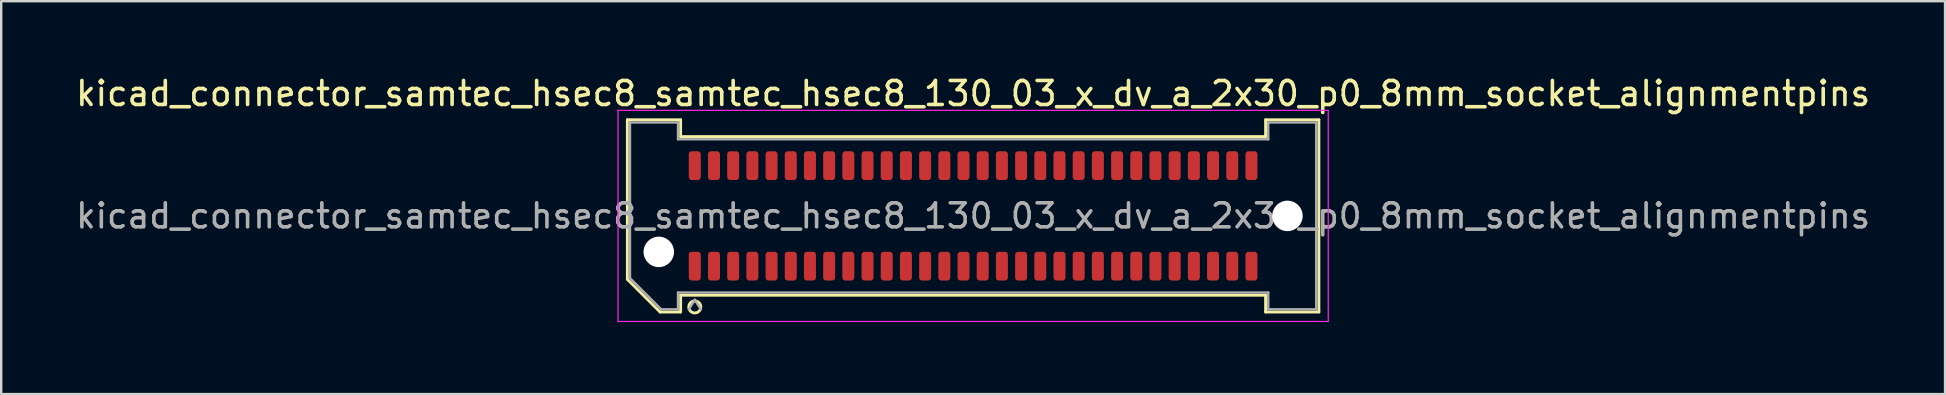
<source format=kicad_pcb>
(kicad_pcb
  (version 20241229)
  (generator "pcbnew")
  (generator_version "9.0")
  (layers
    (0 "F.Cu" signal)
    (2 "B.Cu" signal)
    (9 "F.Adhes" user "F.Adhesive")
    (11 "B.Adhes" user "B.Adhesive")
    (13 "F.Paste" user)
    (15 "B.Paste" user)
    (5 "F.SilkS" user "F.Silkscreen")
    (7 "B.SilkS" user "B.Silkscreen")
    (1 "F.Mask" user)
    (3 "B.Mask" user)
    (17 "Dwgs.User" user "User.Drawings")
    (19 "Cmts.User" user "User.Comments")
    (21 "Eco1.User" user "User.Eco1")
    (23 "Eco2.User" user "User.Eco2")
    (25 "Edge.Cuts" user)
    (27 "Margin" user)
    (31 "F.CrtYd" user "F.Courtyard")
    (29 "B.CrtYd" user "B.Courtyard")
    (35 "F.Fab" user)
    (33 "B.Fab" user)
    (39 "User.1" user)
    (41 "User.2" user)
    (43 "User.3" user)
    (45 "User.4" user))
  (footprint "kicad_connector_samtec_hsec8_samtec_hsec8_130_03_x_dv_a_2x30_p0_8mm_socket_alignmentpins"
    (layer "F.Cu")
    (at 37.506 5.948)
    (property "Reference" "kicad_connector_samtec_hsec8_samtec_hsec8_130_03_x_dv_a_2x30_p0_8mm_socket_alignmentpins" (at 0 -5.1 0) (layer "F.SilkS") (effects (font (size 1 1) (thickness 0.15))))
    (attr smd)
    (fp_line (start -14.41 -4.005) (end -12.19 -4.005) (stroke (width 0.12) (type solid)) (layer "F.SilkS"))
    (fp_line (start -14.41 2.641) (end -14.41 -4.005) (stroke (width 0.12) (type solid)) (layer "F.SilkS"))
    (fp_line (start -13.046 4.005) (end -14.41 2.641) (stroke (width 0.12) (type solid)) (layer "F.SilkS"))
    (fp_line (start -12.19 -4.005) (end -12.19 -3.305) (stroke (width 0.12) (type solid)) (layer "F.SilkS"))
    (fp_line (start -12.19 -3.305) (end 12.19 -3.305) (stroke (width 0.12) (type solid)) (layer "F.SilkS"))
    (fp_line (start -12.19 3.305) (end -12.19 4.005) (stroke (width 0.12) (type solid)) (layer "F.SilkS"))
    (fp_line (start -12.19 4.005) (end -13.046 4.005) (stroke (width 0.12) (type solid)) (layer "F.SilkS"))
    (fp_line (start 12.19 -4.005) (end 14.41 -4.005) (stroke (width 0.12) (type solid)) (layer "F.SilkS"))
    (fp_line (start 12.19 -3.305) (end 12.19 -4.005) (stroke (width 0.12) (type solid)) (layer "F.SilkS"))
    (fp_line (start 12.19 3.305) (end -12.19 3.305) (stroke (width 0.12) (type solid)) (layer "F.SilkS"))
    (fp_line (start 12.19 4.005) (end 12.19 3.305) (stroke (width 0.12) (type solid)) (layer "F.SilkS"))
    (fp_line (start 14.41 -4.005) (end 14.41 4.005) (stroke (width 0.12) (type solid)) (layer "F.SilkS"))
    (fp_line (start 14.41 4.005) (end 12.19 4.005) (stroke (width 0.12) (type solid)) (layer "F.SilkS"))
    (fp_arc (start -11.35 3.795) (mid -11.85 3.795) (end -11.35 3.795) (stroke (width 0.12) (type solid)) (layer "F.SilkS"))
    (fp_line (start -14.8 -4.4) (end -14.8 4.4) (stroke (width 0.05) (type solid)) (layer "F.CrtYd"))
    (fp_line (start -14.8 4.4) (end 14.8 4.4) (stroke (width 0.05) (type solid)) (layer "F.CrtYd"))
    (fp_line (start 14.8 -4.4) (end -14.8 -4.4) (stroke (width 0.05) (type solid)) (layer "F.CrtYd"))
    (fp_line (start 14.8 4.4) (end 14.8 -4.4) (stroke (width 0.05) (type solid)) (layer "F.CrtYd"))
    (fp_line (start -14.3 -3.895) (end -12.3 -3.895) (stroke (width 0.1) (type solid)) (layer "F.Fab"))
    (fp_line (start -14.3 2.595) (end -14.3 -3.895) (stroke (width 0.1) (type solid)) (layer "F.Fab"))
    (fp_line (start -13 3.895) (end -14.3 2.595) (stroke (width 0.1) (type solid)) (layer "F.Fab"))
    (fp_line (start -12.3 -3.895) (end -12.3 -3.195) (stroke (width 0.1) (type solid)) (layer "F.Fab"))
    (fp_line (start -12.3 -3.195) (end 12.3 -3.195) (stroke (width 0.1) (type solid)) (layer "F.Fab"))
    (fp_line (start -12.3 3.195) (end -12.3 3.895) (stroke (width 0.1) (type solid)) (layer "F.Fab"))
    (fp_line (start -12.3 3.895) (end -13 3.895) (stroke (width 0.1) (type solid)) (layer "F.Fab"))
    (fp_line (start -11.6 3.495) (end -11.85 3.895) (stroke (width 0.1) (type solid)) (layer "F.Fab"))
    (fp_line (start -11.6 3.495) (end -11.35 3.895) (stroke (width 0.1) (type solid)) (layer "F.Fab"))
    (fp_line (start 12.3 -3.895) (end 14.3 -3.895) (stroke (width 0.1) (type solid)) (layer "F.Fab"))
    (fp_line (start 12.3 -3.195) (end 12.3 -3.895) (stroke (width 0.1) (type solid)) (layer "F.Fab"))
    (fp_line (start 12.3 3.195) (end -12.3 3.195) (stroke (width 0.1) (type solid)) (layer "F.Fab"))
    (fp_line (start 12.3 3.895) (end 12.3 3.195) (stroke (width 0.1) (type solid)) (layer "F.Fab"))
    (fp_line (start 14.3 -3.895) (end 14.3 3.895) (stroke (width 0.1) (type solid)) (layer "F.Fab"))
    (fp_line (start 14.3 3.895) (end 12.3 3.895) (stroke (width 0.1) (type solid)) (layer "F.Fab"))
    (fp_text user "${REFERENCE}" (at 0 0 0) (layer "F.Fab") (effects (font (size 1 1) (thickness 0.15))))
    (pad "" np_thru_hole circle (at -13.1 1.5) (size 1.27 1.27) (drill 1.27) (layers "*.Cu" "*.Mask"))
    (pad "" np_thru_hole circle (at 13.1 0) (size 1.27 1.27) (drill 1.27) (layers "*.Cu" "*.Mask"))
    (pad "1" smd roundrect (at -11.6 2.095) (size 0.5 1.2) (layers "F.Cu" "F.Mask" "F.Paste") (roundrect_rratio 0.25))
    (pad "2" smd roundrect (at -11.6 -2.095) (size 0.5 1.2) (layers "F.Cu" "F.Mask" "F.Paste") (roundrect_rratio 0.25))
    (pad "3" smd roundrect (at -10.8 2.095) (size 0.5 1.2) (layers "F.Cu" "F.Mask" "F.Paste") (roundrect_rratio 0.25))
    (pad "4" smd roundrect (at -10.8 -2.095) (size 0.5 1.2) (layers "F.Cu" "F.Mask" "F.Paste") (roundrect_rratio 0.25))
    (pad "5" smd roundrect (at -10 2.095) (size 0.5 1.2) (layers "F.Cu" "F.Mask" "F.Paste") (roundrect_rratio 0.25))
    (pad "6" smd roundrect (at -10 -2.095) (size 0.5 1.2) (layers "F.Cu" "F.Mask" "F.Paste") (roundrect_rratio 0.25))
    (pad "7" smd roundrect (at -9.2 2.095) (size 0.5 1.2) (layers "F.Cu" "F.Mask" "F.Paste") (roundrect_rratio 0.25))
    (pad "8" smd roundrect (at -9.2 -2.095) (size 0.5 1.2) (layers "F.Cu" "F.Mask" "F.Paste") (roundrect_rratio 0.25))
    (pad "9" smd roundrect (at -8.4 2.095) (size 0.5 1.2) (layers "F.Cu" "F.Mask" "F.Paste") (roundrect_rratio 0.25))
    (pad "10" smd roundrect (at -8.4 -2.095) (size 0.5 1.2) (layers "F.Cu" "F.Mask" "F.Paste") (roundrect_rratio 0.25))
    (pad "11" smd roundrect (at -7.6 2.095) (size 0.5 1.2) (layers "F.Cu" "F.Mask" "F.Paste") (roundrect_rratio 0.25))
    (pad "12" smd roundrect (at -7.6 -2.095) (size 0.5 1.2) (layers "F.Cu" "F.Mask" "F.Paste") (roundrect_rratio 0.25))
    (pad "13" smd roundrect (at -6.8 2.095) (size 0.5 1.2) (layers "F.Cu" "F.Mask" "F.Paste") (roundrect_rratio 0.25))
    (pad "14" smd roundrect (at -6.8 -2.095) (size 0.5 1.2) (layers "F.Cu" "F.Mask" "F.Paste") (roundrect_rratio 0.25))
    (pad "15" smd roundrect (at -6 2.095) (size 0.5 1.2) (layers "F.Cu" "F.Mask" "F.Paste") (roundrect_rratio 0.25))
    (pad "16" smd roundrect (at -6 -2.095) (size 0.5 1.2) (layers "F.Cu" "F.Mask" "F.Paste") (roundrect_rratio 0.25))
    (pad "17" smd roundrect (at -5.2 2.095) (size 0.5 1.2) (layers "F.Cu" "F.Mask" "F.Paste") (roundrect_rratio 0.25))
    (pad "18" smd roundrect (at -5.2 -2.095) (size 0.5 1.2) (layers "F.Cu" "F.Mask" "F.Paste") (roundrect_rratio 0.25))
    (pad "19" smd roundrect (at -4.4 2.095) (size 0.5 1.2) (layers "F.Cu" "F.Mask" "F.Paste") (roundrect_rratio 0.25))
    (pad "20" smd roundrect (at -4.4 -2.095) (size 0.5 1.2) (layers "F.Cu" "F.Mask" "F.Paste") (roundrect_rratio 0.25))
    (pad "21" smd roundrect (at -3.6 2.095) (size 0.5 1.2) (layers "F.Cu" "F.Mask" "F.Paste") (roundrect_rratio 0.25))
    (pad "22" smd roundrect (at -3.6 -2.095) (size 0.5 1.2) (layers "F.Cu" "F.Mask" "F.Paste") (roundrect_rratio 0.25))
    (pad "23" smd roundrect (at -2.8 2.095) (size 0.5 1.2) (layers "F.Cu" "F.Mask" "F.Paste") (roundrect_rratio 0.25))
    (pad "24" smd roundrect (at -2.8 -2.095) (size 0.5 1.2) (layers "F.Cu" "F.Mask" "F.Paste") (roundrect_rratio 0.25))
    (pad "25" smd roundrect (at -2 2.095) (size 0.5 1.2) (layers "F.Cu" "F.Mask" "F.Paste") (roundrect_rratio 0.25))
    (pad "26" smd roundrect (at -2 -2.095) (size 0.5 1.2) (layers "F.Cu" "F.Mask" "F.Paste") (roundrect_rratio 0.25))
    (pad "27" smd roundrect (at -1.2 2.095) (size 0.5 1.2) (layers "F.Cu" "F.Mask" "F.Paste") (roundrect_rratio 0.25))
    (pad "28" smd roundrect (at -1.2 -2.095) (size 0.5 1.2) (layers "F.Cu" "F.Mask" "F.Paste") (roundrect_rratio 0.25))
    (pad "29" smd roundrect (at -0.4 2.095) (size 0.5 1.2) (layers "F.Cu" "F.Mask" "F.Paste") (roundrect_rratio 0.25))
    (pad "30" smd roundrect (at -0.4 -2.095) (size 0.5 1.2) (layers "F.Cu" "F.Mask" "F.Paste") (roundrect_rratio 0.25))
    (pad "31" smd roundrect (at 0.4 2.095) (size 0.5 1.2) (layers "F.Cu" "F.Mask" "F.Paste") (roundrect_rratio 0.25))
    (pad "32" smd roundrect (at 0.4 -2.095) (size 0.5 1.2) (layers "F.Cu" "F.Mask" "F.Paste") (roundrect_rratio 0.25))
    (pad "33" smd roundrect (at 1.2 2.095) (size 0.5 1.2) (layers "F.Cu" "F.Mask" "F.Paste") (roundrect_rratio 0.25))
    (pad "34" smd roundrect (at 1.2 -2.095) (size 0.5 1.2) (layers "F.Cu" "F.Mask" "F.Paste") (roundrect_rratio 0.25))
    (pad "35" smd roundrect (at 2 2.095) (size 0.5 1.2) (layers "F.Cu" "F.Mask" "F.Paste") (roundrect_rratio 0.25))
    (pad "36" smd roundrect (at 2 -2.095) (size 0.5 1.2) (layers "F.Cu" "F.Mask" "F.Paste") (roundrect_rratio 0.25))
    (pad "37" smd roundrect (at 2.8 2.095) (size 0.5 1.2) (layers "F.Cu" "F.Mask" "F.Paste") (roundrect_rratio 0.25))
    (pad "38" smd roundrect (at 2.8 -2.095) (size 0.5 1.2) (layers "F.Cu" "F.Mask" "F.Paste") (roundrect_rratio 0.25))
    (pad "39" smd roundrect (at 3.6 2.095) (size 0.5 1.2) (layers "F.Cu" "F.Mask" "F.Paste") (roundrect_rratio 0.25))
    (pad "40" smd roundrect (at 3.6 -2.095) (size 0.5 1.2) (layers "F.Cu" "F.Mask" "F.Paste") (roundrect_rratio 0.25))
    (pad "41" smd roundrect (at 4.4 2.095) (size 0.5 1.2) (layers "F.Cu" "F.Mask" "F.Paste") (roundrect_rratio 0.25))
    (pad "42" smd roundrect (at 4.4 -2.095) (size 0.5 1.2) (layers "F.Cu" "F.Mask" "F.Paste") (roundrect_rratio 0.25))
    (pad "43" smd roundrect (at 5.2 2.095) (size 0.5 1.2) (layers "F.Cu" "F.Mask" "F.Paste") (roundrect_rratio 0.25))
    (pad "44" smd roundrect (at 5.2 -2.095) (size 0.5 1.2) (layers "F.Cu" "F.Mask" "F.Paste") (roundrect_rratio 0.25))
    (pad "45" smd roundrect (at 6 2.095) (size 0.5 1.2) (layers "F.Cu" "F.Mask" "F.Paste") (roundrect_rratio 0.25))
    (pad "46" smd roundrect (at 6 -2.095) (size 0.5 1.2) (layers "F.Cu" "F.Mask" "F.Paste") (roundrect_rratio 0.25))
    (pad "47" smd roundrect (at 6.8 2.095) (size 0.5 1.2) (layers "F.Cu" "F.Mask" "F.Paste") (roundrect_rratio 0.25))
    (pad "48" smd roundrect (at 6.8 -2.095) (size 0.5 1.2) (layers "F.Cu" "F.Mask" "F.Paste") (roundrect_rratio 0.25))
    (pad "49" smd roundrect (at 7.6 2.095) (size 0.5 1.2) (layers "F.Cu" "F.Mask" "F.Paste") (roundrect_rratio 0.25))
    (pad "50" smd roundrect (at 7.6 -2.095) (size 0.5 1.2) (layers "F.Cu" "F.Mask" "F.Paste") (roundrect_rratio 0.25))
    (pad "51" smd roundrect (at 8.4 2.095) (size 0.5 1.2) (layers "F.Cu" "F.Mask" "F.Paste") (roundrect_rratio 0.25))
    (pad "52" smd roundrect (at 8.4 -2.095) (size 0.5 1.2) (layers "F.Cu" "F.Mask" "F.Paste") (roundrect_rratio 0.25))
    (pad "53" smd roundrect (at 9.2 2.095) (size 0.5 1.2) (layers "F.Cu" "F.Mask" "F.Paste") (roundrect_rratio 0.25))
    (pad "54" smd roundrect (at 9.2 -2.095) (size 0.5 1.2) (layers "F.Cu" "F.Mask" "F.Paste") (roundrect_rratio 0.25))
    (pad "55" smd roundrect (at 10 2.095) (size 0.5 1.2) (layers "F.Cu" "F.Mask" "F.Paste") (roundrect_rratio 0.25))
    (pad "56" smd roundrect (at 10 -2.095) (size 0.5 1.2) (layers "F.Cu" "F.Mask" "F.Paste") (roundrect_rratio 0.25))
    (pad "57" smd roundrect (at 10.8 2.095) (size 0.5 1.2) (layers "F.Cu" "F.Mask" "F.Paste") (roundrect_rratio 0.25))
    (pad "58" smd roundrect (at 10.8 -2.095) (size 0.5 1.2) (layers "F.Cu" "F.Mask" "F.Paste") (roundrect_rratio 0.25))
    (pad "59" smd roundrect (at 11.6 2.095) (size 0.5 1.2) (layers "F.Cu" "F.Mask" "F.Paste") (roundrect_rratio 0.25))
    (pad "60" smd roundrect (at 11.6 -2.095) (size 0.5 1.2) (layers "F.Cu" "F.Mask" "F.Paste") (roundrect_rratio 0.25)))
  (gr_rect
    (start -3 -3)
    (end 78.012 13.373)
    (stroke (width 0.1) (type default))
    (fill no)
    (layer "Edge.Cuts")))
</source>
